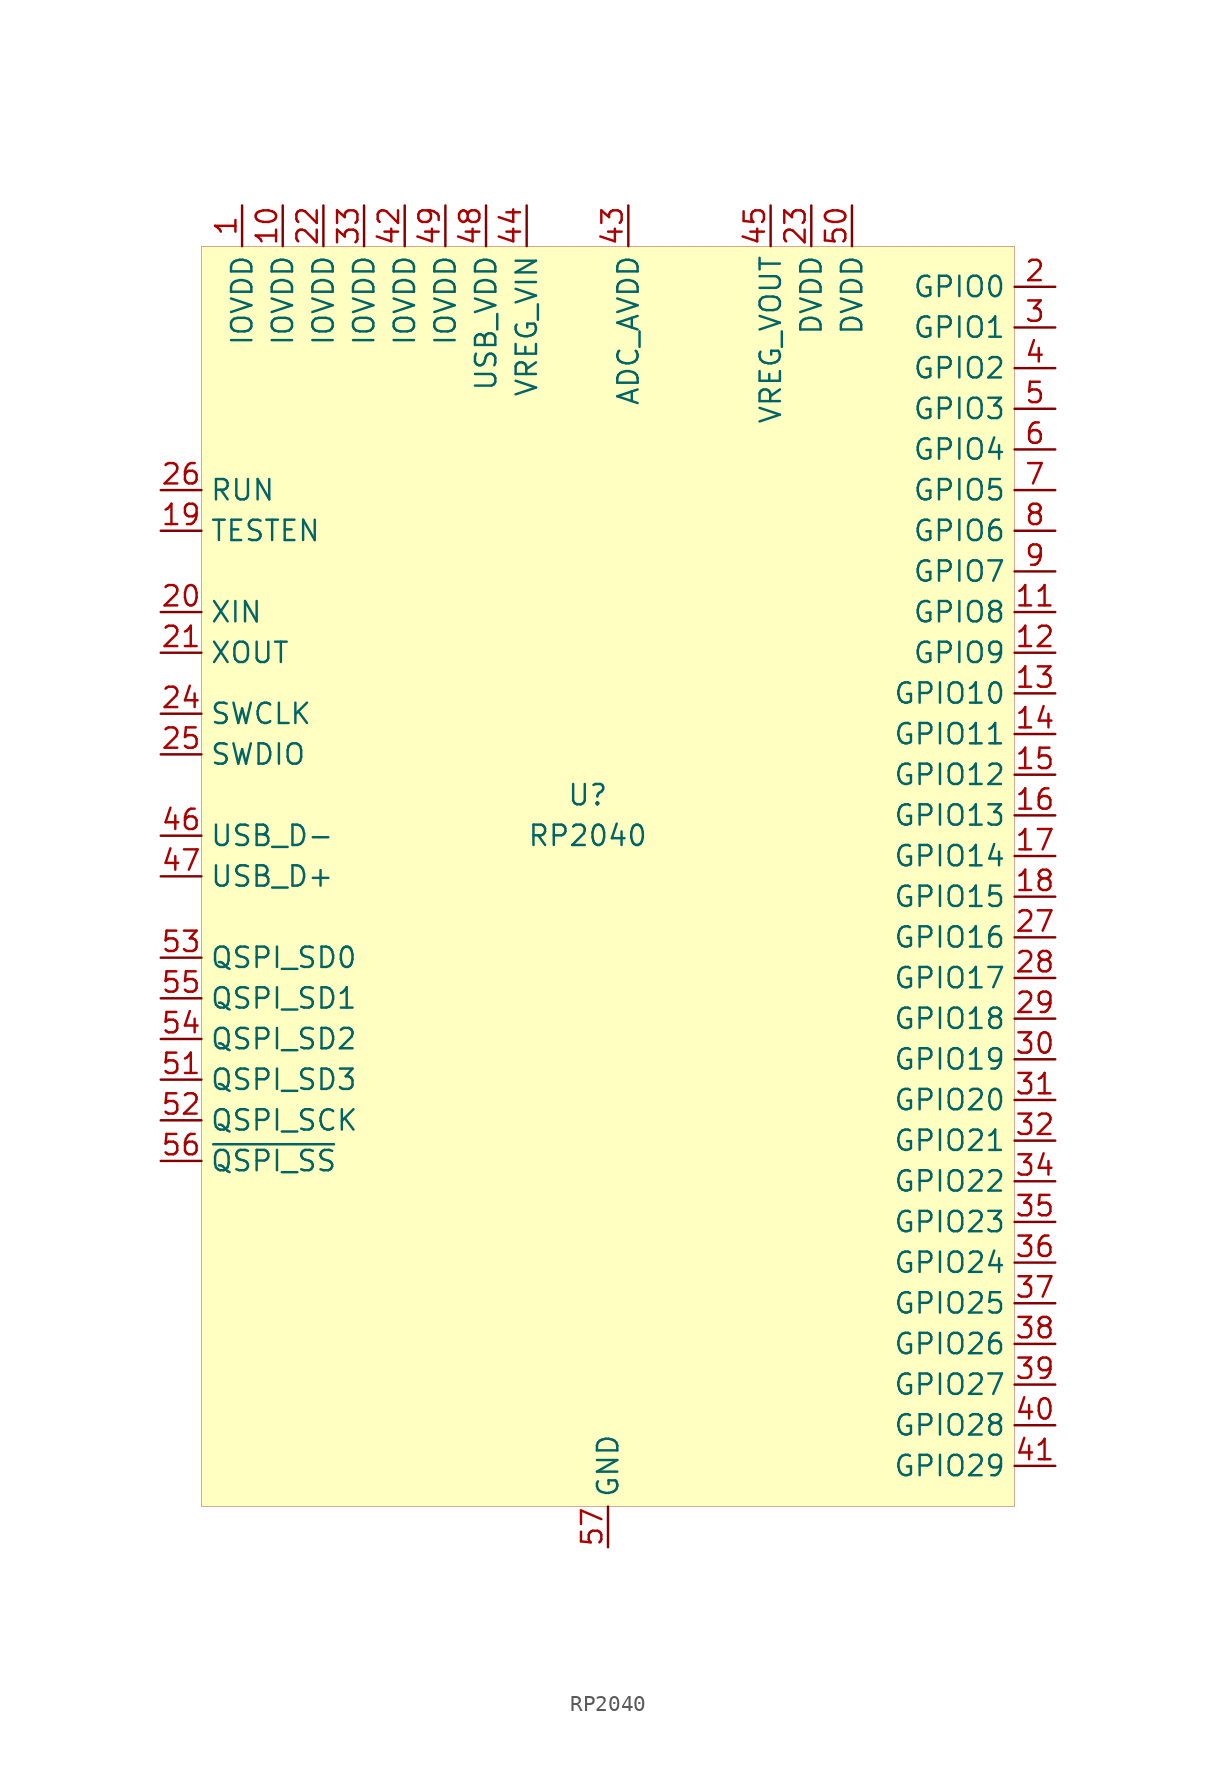
<source format=kicad_sym>
(kicad_symbol_lib
  (version 20210619)
  (generator kicad_symbol_editor)
  (symbol "Maxted Libs:RP2040"
    (property "Reference" "U"
      (at -1.27 5.08 0)
      (effects (font (size 1.27 1.27))))
    (property "Value" "RP2040"
      (at -1.27 2.54 0)
      (effects (font (size 1.27 1.27))))
    (symbol "RP2040_0_0"
      (pin power_in line (at -22.86 41.91 270) (length 2.54) (name "IOVDD" (effects (font (size 1.27 1.27)))) (number "1" (effects (font (size 1.27 1.27)))))
      (pin power_in line (at -20.32 41.91 270) (length 2.54) (name "IOVDD" (effects (font (size 1.27 1.27)))) (number "10" (effects (font (size 1.27 1.27)))))
      (pin bidirectional line (at 27.94 16.51 180) (length 2.54) (name "GPIO8" (effects (font (size 1.27 1.27)))) (number "11" (effects (font (size 1.27 1.27)))) (alternate "I2C0 SDA" bidirectional line) (alternate "PIO0" bidirectional line) (alternate "PIO1" bidirectional line) (alternate "PWM4 A" bidirectional line) (alternate "SIO" bidirectional line) (alternate "SPI1 MISO" input line) (alternate "UART1 Tx" output line) (alternate "USB VBUS EN" bidirectional line))
      (pin bidirectional line (at 27.94 13.97 180) (length 2.54) (name "GPIO9" (effects (font (size 1.27 1.27)))) (number "12" (effects (font (size 1.27 1.27)))) (alternate "I2C0 SCL" output line) (alternate "PIO0" bidirectional line) (alternate "PIO1" bidirectional line) (alternate "PWM4 B" bidirectional line) (alternate "SIO" bidirectional line) (alternate "SPI1 ~CS" output line) (alternate "UART1 Rx" input line) (alternate "USB OVCUR DET" bidirectional line))
      (pin bidirectional line (at 27.94 11.43 180) (length 2.54) (name "GPIO10" (effects (font (size 1.27 1.27)))) (number "13" (effects (font (size 1.27 1.27)))) (alternate "I2C1 SDA" bidirectional line) (alternate "PIO0" bidirectional line) (alternate "PIO1" bidirectional line) (alternate "PWM5 A" bidirectional line) (alternate "SIO" bidirectional line) (alternate "SPI1 SCK" output line) (alternate "UART1 CTS" input line) (alternate "USB VBUS DET" bidirectional line))
      (pin bidirectional line (at 27.94 8.89 180) (length 2.54) (name "GPIO11" (effects (font (size 1.27 1.27)))) (number "14" (effects (font (size 1.27 1.27)))) (alternate "I2C1 SCL" output line) (alternate "PIO0" bidirectional line) (alternate "PIO1" bidirectional line) (alternate "PWM5 B" bidirectional line) (alternate "SIO" bidirectional line) (alternate "SPI1 Tx" output line) (alternate "UART1 RTS" output line) (alternate "USB VBUS EN" bidirectional line))
      (pin bidirectional line (at 27.94 6.35 180) (length 2.54) (name "GPIO12" (effects (font (size 1.27 1.27)))) (number "15" (effects (font (size 1.27 1.27)))) (alternate "I2C0 SDA" bidirectional line) (alternate "PIO0" bidirectional line) (alternate "PIO1" bidirectional line) (alternate "PWM6 A" bidirectional line) (alternate "SIO" bidirectional line) (alternate "SPI1 MISO" input line) (alternate "UART0 Tx" output line) (alternate "USB OVCUR DET" bidirectional line))
      (pin bidirectional line (at 27.94 3.81 180) (length 2.54) (name "GPIO13" (effects (font (size 1.27 1.27)))) (number "16" (effects (font (size 1.27 1.27)))) (alternate "I2C0 SCL" output line) (alternate "PIO0" bidirectional line) (alternate "PIO1" bidirectional line) (alternate "PWM6 B" bidirectional line) (alternate "SIO" bidirectional line) (alternate "SPI1 ~CS" output line) (alternate "UART0 Rx" input line) (alternate "USB VBUS DET" bidirectional line))
      (pin bidirectional line (at 27.94 1.27 180) (length 2.54) (name "GPIO14" (effects (font (size 1.27 1.27)))) (number "17" (effects (font (size 1.27 1.27)))) (alternate "I2C1 SDA" bidirectional line) (alternate "PIO0" bidirectional line) (alternate "PIO1" bidirectional line) (alternate "PWM7 A" bidirectional line) (alternate "SIO" bidirectional line) (alternate "SPI1 SCK" output line) (alternate "UART0 CTS" input line) (alternate "USB VBUS EN" bidirectional line))
      (pin bidirectional line (at 27.94 -1.27 180) (length 2.54) (name "GPIO15" (effects (font (size 1.27 1.27)))) (number "18" (effects (font (size 1.27 1.27)))) (alternate "I2C1 SCL" output line) (alternate "PIO0" bidirectional line) (alternate "PIO1" bidirectional line) (alternate "PWM7 B" bidirectional line) (alternate "SIO" bidirectional line) (alternate "SPI1 MOSI" output line) (alternate "UART0 RTS" output line) (alternate "USB OVCUR DET" bidirectional line))
      (pin bidirectional line (at -27.94 21.59 0) (length 2.54) (name "TESTEN" (effects (font (size 1.27 1.27)))) (number "19" (effects (font (size 1.27 1.27)))))
      (pin bidirectional line (at 27.94 36.83 180) (length 2.54) (name "GPIO0" (effects (font (size 1.27 1.27)))) (number "2" (effects (font (size 1.27 1.27)))) (alternate "I2C0 SDA" bidirectional line) (alternate "PIO0" bidirectional line) (alternate "PIO1" bidirectional line) (alternate "PWM0 A" bidirectional line) (alternate "SIO" bidirectional line) (alternate "SPI0 MISO" input line) (alternate "UART0 Tx" output line) (alternate "USB OVCUT DET" bidirectional line))
      (pin bidirectional line (at -27.94 16.51 0) (length 2.54) (name "XIN" (effects (font (size 1.27 1.27)))) (number "20" (effects (font (size 1.27 1.27)))))
      (pin bidirectional line (at -27.94 13.97 0) (length 2.54) (name "XOUT" (effects (font (size 1.27 1.27)))) (number "21" (effects (font (size 1.27 1.27)))))
      (pin power_in line (at -17.78 41.91 270) (length 2.54) (name "IOVDD" (effects (font (size 1.27 1.27)))) (number "22" (effects (font (size 1.27 1.27)))))
      (pin power_in line (at 12.7 41.91 270) (length 2.54) (name "DVDD" (effects (font (size 1.27 1.27)))) (number "23" (effects (font (size 1.27 1.27)))))
      (pin bidirectional line (at -27.94 10.16 0) (length 2.54) (name "SWCLK" (effects (font (size 1.27 1.27)))) (number "24" (effects (font (size 1.27 1.27)))))
      (pin bidirectional line (at -27.94 7.62 0) (length 2.54) (name "SWDIO" (effects (font (size 1.27 1.27)))) (number "25" (effects (font (size 1.27 1.27)))))
      (pin bidirectional line (at -27.94 24.13 0) (length 2.54) (name "RUN" (effects (font (size 1.27 1.27)))) (number "26" (effects (font (size 1.27 1.27)))))
      (pin bidirectional line (at 27.94 -3.81 180) (length 2.54) (name "GPIO16" (effects (font (size 1.27 1.27)))) (number "27" (effects (font (size 1.27 1.27)))) (alternate "I2C0 SDA" bidirectional line) (alternate "PIO0" bidirectional line) (alternate "PIO1" bidirectional line) (alternate "PWM0 A" bidirectional line) (alternate "SIO" bidirectional line) (alternate "SPI0 MISO" input line) (alternate "UART0 Tx" output line) (alternate "USB VBUS DET" bidirectional line))
      (pin bidirectional line (at 27.94 -6.35 180) (length 2.54) (name "GPIO17" (effects (font (size 1.27 1.27)))) (number "28" (effects (font (size 1.27 1.27)))) (alternate "I2C0 SCL" output line) (alternate "PIO0" bidirectional line) (alternate "PIO1" bidirectional line) (alternate "PWM0 B" bidirectional line) (alternate "SIO" bidirectional line) (alternate "SPI0 ~CS" output line) (alternate "UART0 Rx" input line) (alternate "USB VBUS EN" bidirectional line))
      (pin bidirectional line (at 27.94 -8.89 180) (length 2.54) (name "GPIO18" (effects (font (size 1.27 1.27)))) (number "29" (effects (font (size 1.27 1.27)))) (alternate "I2C1 SDA" bidirectional line) (alternate "PIO0" bidirectional line) (alternate "PIO1" bidirectional line) (alternate "PWM1 A" bidirectional line) (alternate "SIO" bidirectional line) (alternate "SPI0 SCK" output line) (alternate "UART0 CTS" input line) (alternate "USB OVCUT DET" bidirectional line))
      (pin bidirectional line (at 27.94 34.29 180) (length 2.54) (name "GPIO1" (effects (font (size 1.27 1.27)))) (number "3" (effects (font (size 1.27 1.27)))) (alternate "I2C0 SCL" output line) (alternate "PIO0" bidirectional line) (alternate "PIO1" bidirectional line) (alternate "PWM0 B" bidirectional line) (alternate "SIO" bidirectional line) (alternate "SPI0 ~CS" output line) (alternate "UART0 Rx" input line) (alternate "USB VBUS DET" bidirectional line))
      (pin bidirectional line (at 27.94 -11.43 180) (length 2.54) (name "GPIO19" (effects (font (size 1.27 1.27)))) (number "30" (effects (font (size 1.27 1.27)))) (alternate "I2C1 SCL" output line) (alternate "PIO0" bidirectional line) (alternate "PIO1" bidirectional line) (alternate "PWM1 B" bidirectional line) (alternate "SIO" bidirectional line) (alternate "SPI0 MOSI" output line) (alternate "UART0 RTS" output line) (alternate "USB BUS SET" bidirectional line))
      (pin bidirectional line (at 27.94 -13.97 180) (length 2.54) (name "GPIO20" (effects (font (size 1.27 1.27)))) (number "31" (effects (font (size 1.27 1.27)))) (alternate "GPCLK0 IN" input line) (alternate "I2C0 SDA" bidirectional line) (alternate "PIO0" bidirectional line) (alternate "PIO1" bidirectional line) (alternate "PWM2 A" bidirectional line) (alternate "SIO" bidirectional line) (alternate "SPIO0 MISO" input line) (alternate "UART1 Tx" output line) (alternate "USB VBUS EN" bidirectional line))
      (pin bidirectional line (at 27.94 -16.51 180) (length 2.54) (name "GPIO21" (effects (font (size 1.27 1.27)))) (number "32" (effects (font (size 1.27 1.27)))) (alternate "GPCLK0 OUT" output line) (alternate "I2C0 SCL" output line) (alternate "PIO0" bidirectional line) (alternate "PIO1" bidirectional line) (alternate "PWM2 B" bidirectional line) (alternate "SIO" bidirectional line) (alternate "SPI0 ~CS" output line) (alternate "UART1 Rx" input line))
      (pin power_in line (at -15.24 41.91 270) (length 2.54) (name "IOVDD" (effects (font (size 1.27 1.27)))) (number "33" (effects (font (size 1.27 1.27)))))
      (pin bidirectional line (at 27.94 -19.05 180) (length 2.54) (name "GPIO22" (effects (font (size 1.27 1.27)))) (number "34" (effects (font (size 1.27 1.27)))) (alternate "GPCLK1 IN" input line) (alternate "I2C1 SDA" bidirectional line) (alternate "PIO0" bidirectional line) (alternate "PIO1" bidirectional line) (alternate "PWM3 A" bidirectional line) (alternate "SIO" bidirectional line) (alternate "SPI0 SCK" output line) (alternate "UART1 CTS" input line) (alternate "USB VBUS DET" bidirectional line))
      (pin bidirectional line (at 27.94 -21.59 180) (length 2.54) (name "GPIO23" (effects (font (size 1.27 1.27)))) (number "35" (effects (font (size 1.27 1.27)))) (alternate "GPCLK1 OUT" bidirectional line) (alternate "I2C1 SCL" output line) (alternate "PIO0" bidirectional line) (alternate "PIO1" bidirectional line) (alternate "PWM3 B" bidirectional line) (alternate "SIO" bidirectional line) (alternate "SPI0 MOSI" output line) (alternate "UART1 RTS" output line) (alternate "USB VBUS EN" bidirectional line))
      (pin bidirectional line (at 27.94 -24.13 180) (length 2.54) (name "GPIO24" (effects (font (size 1.27 1.27)))) (number "36" (effects (font (size 1.27 1.27)))) (alternate "GPCLK2 OUT" bidirectional line) (alternate "I2C0 SDA" bidirectional line) (alternate "PIO0" bidirectional line) (alternate "PIO1" bidirectional line) (alternate "PWM4 A" bidirectional line) (alternate "SIO" bidirectional line) (alternate "SPI1 MISO" input line) (alternate "UART1 Tx" output line) (alternate "USB OVCUR DET" bidirectional line))
      (pin bidirectional line (at 27.94 -26.67 180) (length 2.54) (name "GPIO25" (effects (font (size 1.27 1.27)))) (number "37" (effects (font (size 1.27 1.27)))) (alternate "GPCLK3 OUT" output line) (alternate "I2C0 SCL" output line) (alternate "PIO0" bidirectional line) (alternate "PIO1" bidirectional line) (alternate "PWM4 B" bidirectional line) (alternate "SIO" bidirectional line) (alternate "SPI1 ~CS" output line) (alternate "UART1 Rx" input line) (alternate "USB VBUS DET" bidirectional line))
      (pin bidirectional line (at 27.94 -29.21 180) (length 2.54) (name "GPIO26" (effects (font (size 1.27 1.27)))) (number "38" (effects (font (size 1.27 1.27)))) (alternate "ADC0" input line) (alternate "I2C1 SDA" bidirectional line) (alternate "PIO0" bidirectional line) (alternate "PIO1" bidirectional line) (alternate "PWM5 A" bidirectional line) (alternate "SIO" bidirectional line) (alternate "SPI1 SCK" output line) (alternate "UART1 CTS" input line) (alternate "USB VBUS EN" bidirectional line))
      (pin bidirectional line (at 27.94 -31.75 180) (length 2.54) (name "GPIO27" (effects (font (size 1.27 1.27)))) (number "39" (effects (font (size 1.27 1.27)))) (alternate "GPIO1" input line) (alternate "I2C1 SCL" output line) (alternate "PIO0" bidirectional line) (alternate "PIO1" bidirectional line) (alternate "PWM5 B" bidirectional line) (alternate "SIO" bidirectional line) (alternate "SPI1 MOSI" output line) (alternate "UART1 RTS" output line) (alternate "USB OVCUR DET" bidirectional line))
      (pin bidirectional line (at 27.94 31.75 180) (length 2.54) (name "GPIO2" (effects (font (size 1.27 1.27)))) (number "4" (effects (font (size 1.27 1.27)))) (alternate "PIO0" bidirectional line) (alternate "PIO1" bidirectional line) (alternate "PWM1 A" bidirectional line) (alternate "SIO" bidirectional line) (alternate "SPI0 SCK" output line) (alternate "UART0 CTS" input line) (alternate "USB VBUS EN" bidirectional line))
      (pin bidirectional line (at 27.94 -34.29 180) (length 2.54) (name "GPIO28" (effects (font (size 1.27 1.27)))) (number "40" (effects (font (size 1.27 1.27)))) (alternate "ADC2" input line) (alternate "I2C0 SDA" bidirectional line) (alternate "PIO0" bidirectional line) (alternate "PIO1" bidirectional line) (alternate "PWM6 A" bidirectional line) (alternate "SIO" bidirectional line) (alternate "SPI1 MISO" input line) (alternate "UART0 Tx" output line) (alternate "USB VBUS DET" bidirectional line))
      (pin bidirectional line (at 27.94 -36.83 180) (length 2.54) (name "GPIO29" (effects (font (size 1.27 1.27)))) (number "41" (effects (font (size 1.27 1.27)))) (alternate "ADC3" input line) (alternate "I2C0 SCL" output line) (alternate "PIO0" bidirectional line) (alternate "PIO1" bidirectional line) (alternate "PWM6 B" bidirectional line) (alternate "SIO" bidirectional line) (alternate "SPI1 ~CS" output line) (alternate "UART0 Rx" input line) (alternate "USB VBUS EN" bidirectional line))
      (pin power_in line (at -12.7 41.91 270) (length 2.54) (name "IOVDD" (effects (font (size 1.27 1.27)))) (number "42" (effects (font (size 1.27 1.27)))))
      (pin power_in line (at 1.27 41.91 270) (length 2.54) (name "ADC_AVDD" (effects (font (size 1.27 1.27)))) (number "43" (effects (font (size 1.27 1.27)))))
      (pin power_in line (at -5.08 41.91 270) (length 2.54) (name "VREG_VIN" (effects (font (size 1.27 1.27)))) (number "44" (effects (font (size 1.27 1.27)))))
      (pin power_out line (at 10.16 41.91 270) (length 2.54) (name "VREG_VOUT" (effects (font (size 1.27 1.27)))) (number "45" (effects (font (size 1.27 1.27)))))
      (pin bidirectional line (at -27.94 2.54 0) (length 2.54) (name "USB_D-" (effects (font (size 1.27 1.27)))) (number "46" (effects (font (size 1.27 1.27)))))
      (pin bidirectional line (at -27.94 0 0) (length 2.54) (name "USB_D+" (effects (font (size 1.27 1.27)))) (number "47" (effects (font (size 1.27 1.27)))))
      (pin power_in line (at -7.62 41.91 270) (length 2.54) (name "USB_VDD" (effects (font (size 1.27 1.27)))) (number "48" (effects (font (size 1.27 1.27)))))
      (pin power_in line (at -10.16 41.91 270) (length 2.54) (name "IOVDD" (effects (font (size 1.27 1.27)))) (number "49" (effects (font (size 1.27 1.27)))))
      (pin bidirectional line (at 27.94 29.21 180) (length 2.54) (name "GPIO3" (effects (font (size 1.27 1.27)))) (number "5" (effects (font (size 1.27 1.27)))) (alternate "I2C1 SCL" output line) (alternate "PIO0" bidirectional line) (alternate "PIO1" bidirectional line) (alternate "PWM1 B" bidirectional line) (alternate "SIO" bidirectional line) (alternate "SPI0 MOSI" output line) (alternate "UART0 RTS" output line) (alternate "USB OVCUR DET" bidirectional line))
      (pin power_in line (at 15.24 41.91 270) (length 2.54) (name "DVDD" (effects (font (size 1.27 1.27)))) (number "50" (effects (font (size 1.27 1.27)))))
      (pin bidirectional line (at -27.94 -12.7 0) (length 2.54) (name "QSPI_SD3" (effects (font (size 1.27 1.27)))) (number "51" (effects (font (size 1.27 1.27)))))
      (pin output line (at -27.94 -15.24 0) (length 2.54) (name "QSPI_SCK" (effects (font (size 1.27 1.27)))) (number "52" (effects (font (size 1.27 1.27)))))
      (pin bidirectional line (at -27.94 -5.08 0) (length 2.54) (name "QSPI_SD0" (effects (font (size 1.27 1.27)))) (number "53" (effects (font (size 1.27 1.27)))))
      (pin bidirectional line (at -27.94 -10.16 0) (length 2.54) (name "QSPI_SD2" (effects (font (size 1.27 1.27)))) (number "54" (effects (font (size 1.27 1.27)))))
      (pin bidirectional line (at -27.94 -7.62 0) (length 2.54) (name "QSPI_SD1" (effects (font (size 1.27 1.27)))) (number "55" (effects (font (size 1.27 1.27)))))
      (pin bidirectional line (at -27.94 -17.78 0) (length 2.54) (name "~{QSPI_SS}" (effects (font (size 1.27 1.27)))) (number "56" (effects (font (size 1.27 1.27)))))
      (pin power_in line (at 0 -41.91 90) (length 2.54) (name "GND" (effects (font (size 1.27 1.27)))) (number "57" (effects (font (size 1.27 1.27)))))
      (pin bidirectional line (at 27.94 26.67 180) (length 2.54) (name "GPIO4" (effects (font (size 1.27 1.27)))) (number "6" (effects (font (size 1.27 1.27)))) (alternate "I2C0 SDA" bidirectional line) (alternate "PIO0" bidirectional line) (alternate "PIO1" bidirectional line) (alternate "PWM2 A" bidirectional line) (alternate "SIO" bidirectional line) (alternate "SPI0 MISO" input line) (alternate "UART1 Tx" output line))
      (pin bidirectional line (at 27.94 24.13 180) (length 2.54) (name "GPIO5" (effects (font (size 1.27 1.27)))) (number "7" (effects (font (size 1.27 1.27)))) (alternate "I2C0 SCL" output line) (alternate "PIO0" bidirectional line) (alternate "PIO1" bidirectional line) (alternate "PWM2 B" bidirectional line) (alternate "SIO" bidirectional line) (alternate "SPI0 ~CS" output line) (alternate "UART1 Rx" input line) (alternate "USB OVCUR DET" bidirectional line))
      (pin bidirectional line (at 27.94 21.59 180) (length 2.54) (name "GPIO6" (effects (font (size 1.27 1.27)))) (number "8" (effects (font (size 1.27 1.27)))) (alternate "I2C1 SDA" bidirectional line) (alternate "PIO0" bidirectional line) (alternate "PIO1" bidirectional line) (alternate "PWM3 A" bidirectional line) (alternate "SIO" bidirectional line) (alternate "SPI0 SCK" output line) (alternate "UART1 CTS" input line) (alternate "USB OVCUR DET" bidirectional line))
      (pin bidirectional line (at 27.94 19.05 180) (length 2.54) (name "GPIO7" (effects (font (size 1.27 1.27)))) (number "9" (effects (font (size 1.27 1.27)))) (alternate "I2C1 SCL" output line) (alternate "PIO0" bidirectional line) (alternate "PIO1" bidirectional line) (alternate "PWM3 B" bidirectional line) (alternate "SIO" bidirectional line) (alternate "SPI0 MOSI" output line) (alternate "UART1  RTS" output line) (alternate "USB VBUS DET" bidirectional line)))
    (symbol "RP2040_0_1"
      (rectangle (start -25.4 39.37) (end 25.4 -39.37) (stroke (width 0.001)) (fill (type background))))))
</source>
